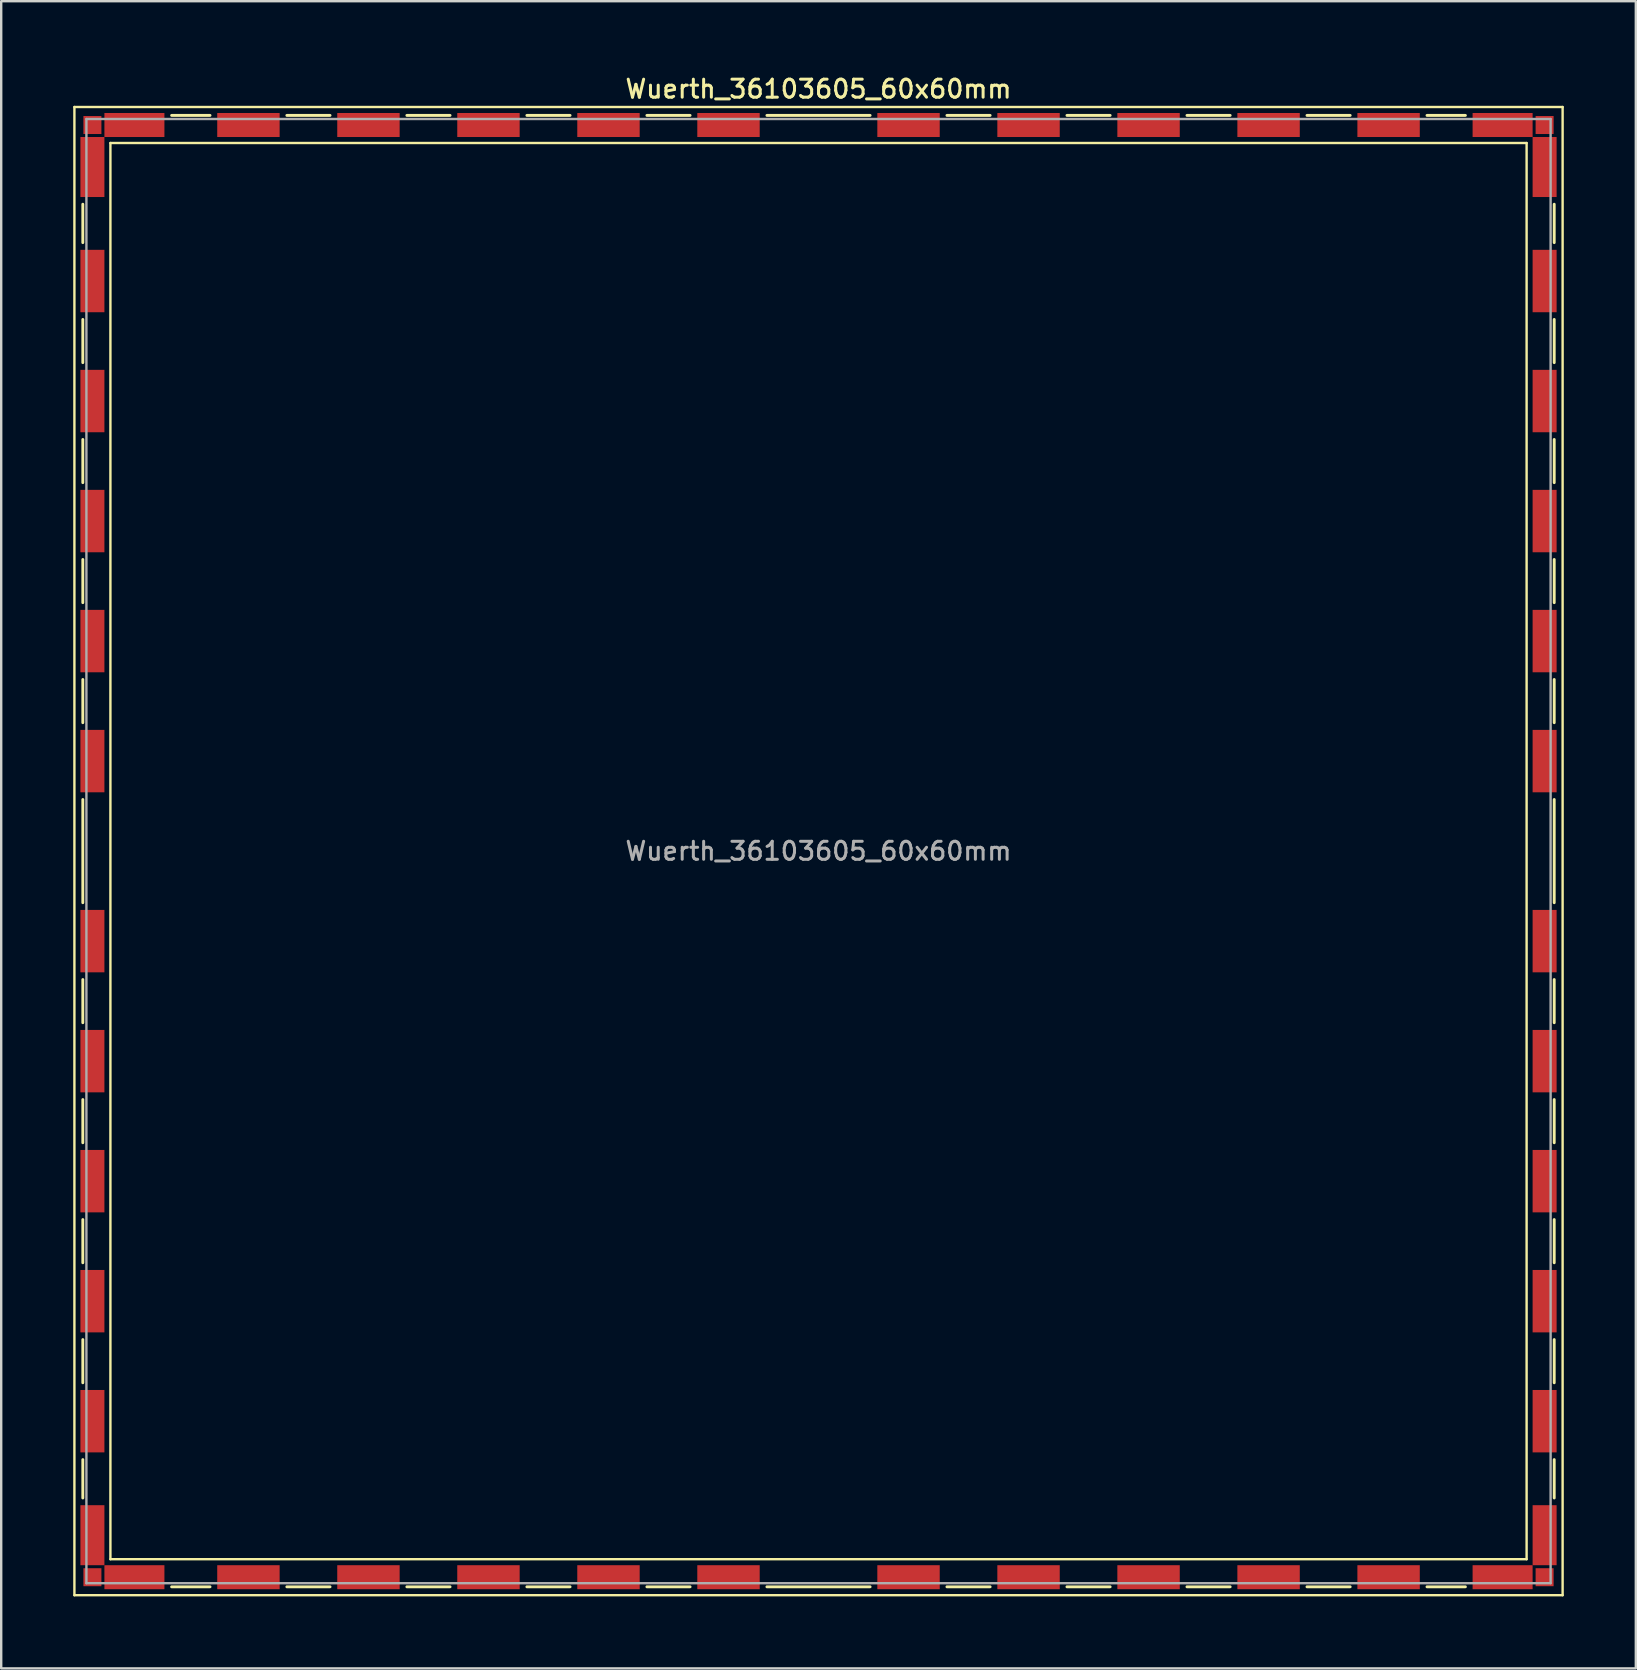
<source format=kicad_pcb>
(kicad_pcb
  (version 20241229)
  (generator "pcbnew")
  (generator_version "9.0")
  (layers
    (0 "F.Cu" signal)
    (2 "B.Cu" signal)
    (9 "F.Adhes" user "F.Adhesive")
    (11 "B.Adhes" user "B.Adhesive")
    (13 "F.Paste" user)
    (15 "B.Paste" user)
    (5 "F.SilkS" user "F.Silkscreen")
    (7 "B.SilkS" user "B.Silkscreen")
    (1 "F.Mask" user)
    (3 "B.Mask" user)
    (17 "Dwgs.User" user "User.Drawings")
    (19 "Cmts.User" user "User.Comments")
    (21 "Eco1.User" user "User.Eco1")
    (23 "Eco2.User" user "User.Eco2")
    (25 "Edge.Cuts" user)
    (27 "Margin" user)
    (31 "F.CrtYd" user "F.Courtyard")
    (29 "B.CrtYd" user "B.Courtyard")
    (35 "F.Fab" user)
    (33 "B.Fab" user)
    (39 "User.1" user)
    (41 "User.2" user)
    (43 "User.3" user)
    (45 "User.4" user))
  (footprint "Wuerth_36103605_60x60mm"
    (layer "F.Cu")
    (at 31.05 32.408)
    (property "Reference" "Wuerth_36103605_60x60mm" (at 0 -31.75 0) (layer "F.SilkS") (effects (font (size 0.75 0.75) (thickness 0.125))))
    (attr smd)
    (fp_line (start -31 -31) (end -31 31) (stroke (width 0.1) (type solid)) (layer "F.SilkS"))
    (fp_line (start -31 31) (end 31 31) (stroke (width 0.1) (type solid)) (layer "F.SilkS"))
    (fp_line (start -30.65 -26.95) (end -30.65 -25.35) (stroke (width 0.12) (type solid)) (layer "F.SilkS"))
    (fp_line (start -30.65 -22.15) (end -30.65 -20.35) (stroke (width 0.12) (type solid)) (layer "F.SilkS"))
    (fp_line (start -30.65 -17.15) (end -30.65 -15.35) (stroke (width 0.12) (type solid)) (layer "F.SilkS"))
    (fp_line (start -30.65 -12.15) (end -30.65 -10.35) (stroke (width 0.12) (type solid)) (layer "F.SilkS"))
    (fp_line (start -30.65 -7.15) (end -30.65 -5.35) (stroke (width 0.12) (type solid)) (layer "F.SilkS"))
    (fp_line (start -30.65 -2.15) (end -30.65 2.15) (stroke (width 0.12) (type solid)) (layer "F.SilkS"))
    (fp_line (start -30.65 5.35) (end -30.65 7.15) (stroke (width 0.12) (type solid)) (layer "F.SilkS"))
    (fp_line (start -30.65 10.35) (end -30.65 12.15) (stroke (width 0.12) (type solid)) (layer "F.SilkS"))
    (fp_line (start -30.65 15.35) (end -30.65 17.15) (stroke (width 0.12) (type solid)) (layer "F.SilkS"))
    (fp_line (start -30.65 20.35) (end -30.65 22.15) (stroke (width 0.12) (type solid)) (layer "F.SilkS"))
    (fp_line (start -30.65 25.35) (end -30.65 26.95) (stroke (width 0.12) (type solid)) (layer "F.SilkS"))
    (fp_line (start -29.5 -29.5) (end -29.5 29.5) (stroke (width 0.1) (type solid)) (layer "F.SilkS"))
    (fp_line (start -29.5 29.5) (end 29.5 29.5) (stroke (width 0.1) (type solid)) (layer "F.SilkS"))
    (fp_line (start -26.95 -30.65) (end -25.35 -30.65) (stroke (width 0.12) (type solid)) (layer "F.SilkS"))
    (fp_line (start -26.95 30.65) (end -25.35 30.65) (stroke (width 0.12) (type solid)) (layer "F.SilkS"))
    (fp_line (start -22.15 -30.65) (end -20.35 -30.65) (stroke (width 0.12) (type solid)) (layer "F.SilkS"))
    (fp_line (start -22.15 30.65) (end -20.35 30.65) (stroke (width 0.12) (type solid)) (layer "F.SilkS"))
    (fp_line (start -17.15 -30.65) (end -15.35 -30.65) (stroke (width 0.12) (type solid)) (layer "F.SilkS"))
    (fp_line (start -17.15 30.65) (end -15.35 30.65) (stroke (width 0.12) (type solid)) (layer "F.SilkS"))
    (fp_line (start -12.15 -30.65) (end -10.35 -30.65) (stroke (width 0.12) (type solid)) (layer "F.SilkS"))
    (fp_line (start -12.15 30.65) (end -10.35 30.65) (stroke (width 0.12) (type solid)) (layer "F.SilkS"))
    (fp_line (start -7.15 -30.65) (end -5.35 -30.65) (stroke (width 0.12) (type solid)) (layer "F.SilkS"))
    (fp_line (start -7.15 30.65) (end -5.35 30.65) (stroke (width 0.12) (type solid)) (layer "F.SilkS"))
    (fp_line (start -2.15 -30.65) (end 2.15 -30.65) (stroke (width 0.12) (type solid)) (layer "F.SilkS"))
    (fp_line (start -2.15 30.65) (end 2.15 30.65) (stroke (width 0.12) (type solid)) (layer "F.SilkS"))
    (fp_line (start 5.35 -30.65) (end 7.15 -30.65) (stroke (width 0.12) (type solid)) (layer "F.SilkS"))
    (fp_line (start 5.35 30.65) (end 7.15 30.65) (stroke (width 0.12) (type solid)) (layer "F.SilkS"))
    (fp_line (start 10.35 -30.65) (end 12.15 -30.65) (stroke (width 0.12) (type solid)) (layer "F.SilkS"))
    (fp_line (start 10.35 30.65) (end 12.15 30.65) (stroke (width 0.12) (type solid)) (layer "F.SilkS"))
    (fp_line (start 15.35 -30.65) (end 17.15 -30.65) (stroke (width 0.12) (type solid)) (layer "F.SilkS"))
    (fp_line (start 15.35 30.65) (end 17.15 30.65) (stroke (width 0.12) (type solid)) (layer "F.SilkS"))
    (fp_line (start 20.35 -30.65) (end 22.15 -30.65) (stroke (width 0.12) (type solid)) (layer "F.SilkS"))
    (fp_line (start 20.35 30.65) (end 22.15 30.65) (stroke (width 0.12) (type solid)) (layer "F.SilkS"))
    (fp_line (start 25.35 -30.65) (end 26.95 -30.65) (stroke (width 0.12) (type solid)) (layer "F.SilkS"))
    (fp_line (start 25.35 30.65) (end 26.95 30.65) (stroke (width 0.12) (type solid)) (layer "F.SilkS"))
    (fp_line (start 29.5 -29.5) (end -29.5 -29.5) (stroke (width 0.1) (type solid)) (layer "F.SilkS"))
    (fp_line (start 29.5 29.5) (end 29.5 -29.5) (stroke (width 0.1) (type solid)) (layer "F.SilkS"))
    (fp_line (start 30.65 -26.95) (end 30.65 -25.35) (stroke (width 0.12) (type solid)) (layer "F.SilkS"))
    (fp_line (start 30.65 -22.15) (end 30.65 -20.35) (stroke (width 0.12) (type solid)) (layer "F.SilkS"))
    (fp_line (start 30.65 -17.15) (end 30.65 -15.35) (stroke (width 0.12) (type solid)) (layer "F.SilkS"))
    (fp_line (start 30.65 -12.15) (end 30.65 -10.35) (stroke (width 0.12) (type solid)) (layer "F.SilkS"))
    (fp_line (start 30.65 -7.15) (end 30.65 -5.35) (stroke (width 0.12) (type solid)) (layer "F.SilkS"))
    (fp_line (start 30.65 -2.15) (end 30.65 2.15) (stroke (width 0.12) (type solid)) (layer "F.SilkS"))
    (fp_line (start 30.65 5.35) (end 30.65 7.15) (stroke (width 0.12) (type solid)) (layer "F.SilkS"))
    (fp_line (start 30.65 10.35) (end 30.65 12.15) (stroke (width 0.12) (type solid)) (layer "F.SilkS"))
    (fp_line (start 30.65 15.35) (end 30.65 17.15) (stroke (width 0.12) (type solid)) (layer "F.SilkS"))
    (fp_line (start 30.65 20.35) (end 30.65 22.15) (stroke (width 0.12) (type solid)) (layer "F.SilkS"))
    (fp_line (start 30.65 25.35) (end 30.65 26.95) (stroke (width 0.12) (type solid)) (layer "F.SilkS"))
    (fp_line (start 31 -31) (end -31 -31) (stroke (width 0.1) (type solid)) (layer "F.SilkS"))
    (fp_line (start 31 31) (end 31 -31) (stroke (width 0.1) (type solid)) (layer "F.SilkS"))
    (fp_line (start -30.5 -30.5) (end -30.5 30.5) (stroke (width 0.1) (type solid)) (layer "F.Fab"))
    (fp_line (start -30.5 30.5) (end 30.5 30.5) (stroke (width 0.1) (type solid)) (layer "F.Fab"))
    (fp_line (start 30.5 -30.5) (end -30.5 -30.5) (stroke (width 0.1) (type solid)) (layer "F.Fab"))
    (fp_line (start 30.5 30.5) (end 30.5 -30.5) (stroke (width 0.1) (type solid)) (layer "F.Fab"))
    (fp_text user "${REFERENCE}" (at 0 0 0) (layer "F.Fab") (effects (font (size 0.75 0.75) (thickness 0.125))))
    (pad "1" smd rect (at -30.25 -30.25) (size 0.75 0.75) (layers "F.Cu" "F.Mask" "F.Paste"))
    (pad "1" smd rect (at -30.25 -28.5) (size 1 2.5) (layers "F.Cu" "F.Mask" "F.Paste"))
    (pad "1" smd rect (at -30.25 -23.75) (size 1 2.6) (layers "F.Cu" "F.Mask" "F.Paste"))
    (pad "1" smd rect (at -30.25 -18.75) (size 1 2.6) (layers "F.Cu" "F.Mask" "F.Paste"))
    (pad "1" smd rect (at -30.25 -13.75) (size 1 2.6) (layers "F.Cu" "F.Mask" "F.Paste"))
    (pad "1" smd rect (at -30.25 -8.75) (size 1 2.6) (layers "F.Cu" "F.Mask" "F.Paste"))
    (pad "1" smd rect (at -30.25 -3.75) (size 1 2.6) (layers "F.Cu" "F.Mask" "F.Paste"))
    (pad "1" smd rect (at -30.25 3.75) (size 1 2.6) (layers "F.Cu" "F.Mask" "F.Paste"))
    (pad "1" smd rect (at -30.25 8.75) (size 1 2.6) (layers "F.Cu" "F.Mask" "F.Paste"))
    (pad "1" smd rect (at -30.25 13.75) (size 1 2.6) (layers "F.Cu" "F.Mask" "F.Paste"))
    (pad "1" smd rect (at -30.25 18.75) (size 1 2.6) (layers "F.Cu" "F.Mask" "F.Paste"))
    (pad "1" smd rect (at -30.25 23.75) (size 1 2.6) (layers "F.Cu" "F.Mask" "F.Paste"))
    (pad "1" smd rect (at -30.25 28.5) (size 1 2.5) (layers "F.Cu" "F.Mask" "F.Paste"))
    (pad "1" smd rect (at -30.25 30.25) (size 0.75 0.75) (layers "F.Cu" "F.Mask" "F.Paste"))
    (pad "1" smd rect (at -28.5 -30.25) (size 2.5 1) (layers "F.Cu" "F.Mask" "F.Paste"))
    (pad "1" smd rect (at -28.5 30.25) (size 2.5 1) (layers "F.Cu" "F.Mask" "F.Paste"))
    (pad "1" smd rect (at -23.75 -30.25) (size 2.6 1) (layers "F.Cu" "F.Mask" "F.Paste"))
    (pad "1" smd rect (at -23.75 30.25) (size 2.6 1) (layers "F.Cu" "F.Mask" "F.Paste"))
    (pad "1" smd rect (at -18.75 -30.25) (size 2.6 1) (layers "F.Cu" "F.Mask" "F.Paste"))
    (pad "1" smd rect (at -18.75 30.25) (size 2.6 1) (layers "F.Cu" "F.Mask" "F.Paste"))
    (pad "1" smd rect (at -13.75 -30.25) (size 2.6 1) (layers "F.Cu" "F.Mask" "F.Paste"))
    (pad "1" smd rect (at -13.75 30.25) (size 2.6 1) (layers "F.Cu" "F.Mask" "F.Paste"))
    (pad "1" smd rect (at -8.75 -30.25) (size 2.6 1) (layers "F.Cu" "F.Mask" "F.Paste"))
    (pad "1" smd rect (at -8.75 30.25) (size 2.6 1) (layers "F.Cu" "F.Mask" "F.Paste"))
    (pad "1" smd rect (at -3.75 -30.25) (size 2.6 1) (layers "F.Cu" "F.Mask" "F.Paste"))
    (pad "1" smd rect (at -3.75 30.25) (size 2.6 1) (layers "F.Cu" "F.Mask" "F.Paste"))
    (pad "1" smd rect (at 3.75 -30.25) (size 2.6 1) (layers "F.Cu" "F.Mask" "F.Paste"))
    (pad "1" smd rect (at 3.75 30.25) (size 2.6 1) (layers "F.Cu" "F.Mask" "F.Paste"))
    (pad "1" smd rect (at 8.75 -30.25) (size 2.6 1) (layers "F.Cu" "F.Mask" "F.Paste"))
    (pad "1" smd rect (at 8.75 30.25) (size 2.6 1) (layers "F.Cu" "F.Mask" "F.Paste"))
    (pad "1" smd rect (at 13.75 -30.25) (size 2.6 1) (layers "F.Cu" "F.Mask" "F.Paste"))
    (pad "1" smd rect (at 13.75 30.25) (size 2.6 1) (layers "F.Cu" "F.Mask" "F.Paste"))
    (pad "1" smd rect (at 18.75 -30.25) (size 2.6 1) (layers "F.Cu" "F.Mask" "F.Paste"))
    (pad "1" smd rect (at 18.75 30.25) (size 2.6 1) (layers "F.Cu" "F.Mask" "F.Paste"))
    (pad "1" smd rect (at 23.75 -30.25) (size 2.6 1) (layers "F.Cu" "F.Mask" "F.Paste"))
    (pad "1" smd rect (at 23.75 30.25) (size 2.6 1) (layers "F.Cu" "F.Mask" "F.Paste"))
    (pad "1" smd rect (at 28.5 -30.25) (size 2.5 1) (layers "F.Cu" "F.Mask" "F.Paste"))
    (pad "1" smd rect (at 28.5 30.25) (size 2.5 1) (layers "F.Cu" "F.Mask" "F.Paste"))
    (pad "1" smd rect (at 30.25 -30.25) (size 0.75 0.75) (layers "F.Cu" "F.Mask" "F.Paste"))
    (pad "1" smd rect (at 30.25 -28.5) (size 1 2.5) (layers "F.Cu" "F.Mask" "F.Paste"))
    (pad "1" smd rect (at 30.25 -23.75) (size 1 2.6) (layers "F.Cu" "F.Mask" "F.Paste"))
    (pad "1" smd rect (at 30.25 -18.75) (size 1 2.6) (layers "F.Cu" "F.Mask" "F.Paste"))
    (pad "1" smd rect (at 30.25 -13.75) (size 1 2.6) (layers "F.Cu" "F.Mask" "F.Paste"))
    (pad "1" smd rect (at 30.25 -8.75) (size 1 2.6) (layers "F.Cu" "F.Mask" "F.Paste"))
    (pad "1" smd rect (at 30.25 -3.75) (size 1 2.6) (layers "F.Cu" "F.Mask" "F.Paste"))
    (pad "1" smd rect (at 30.25 3.75) (size 1 2.6) (layers "F.Cu" "F.Mask" "F.Paste"))
    (pad "1" smd rect (at 30.25 8.75) (size 1 2.6) (layers "F.Cu" "F.Mask" "F.Paste"))
    (pad "1" smd rect (at 30.25 13.75) (size 1 2.6) (layers "F.Cu" "F.Mask" "F.Paste"))
    (pad "1" smd rect (at 30.25 18.75) (size 1 2.6) (layers "F.Cu" "F.Mask" "F.Paste"))
    (pad "1" smd rect (at 30.25 23.75) (size 1 2.6) (layers "F.Cu" "F.Mask" "F.Paste"))
    (pad "1" smd rect (at 30.25 28.5) (size 1 2.5) (layers "F.Cu" "F.Mask" "F.Paste"))
    (pad "1" smd rect (at 30.25 30.25) (size 0.75 0.75) (layers "F.Cu" "F.Mask" "F.Paste")))
  (gr_rect
    (start -3 -3)
    (end 65.1 66.458)
    (stroke (width 0.1) (type default))
    (fill no)
    (layer "Edge.Cuts")))
</source>
